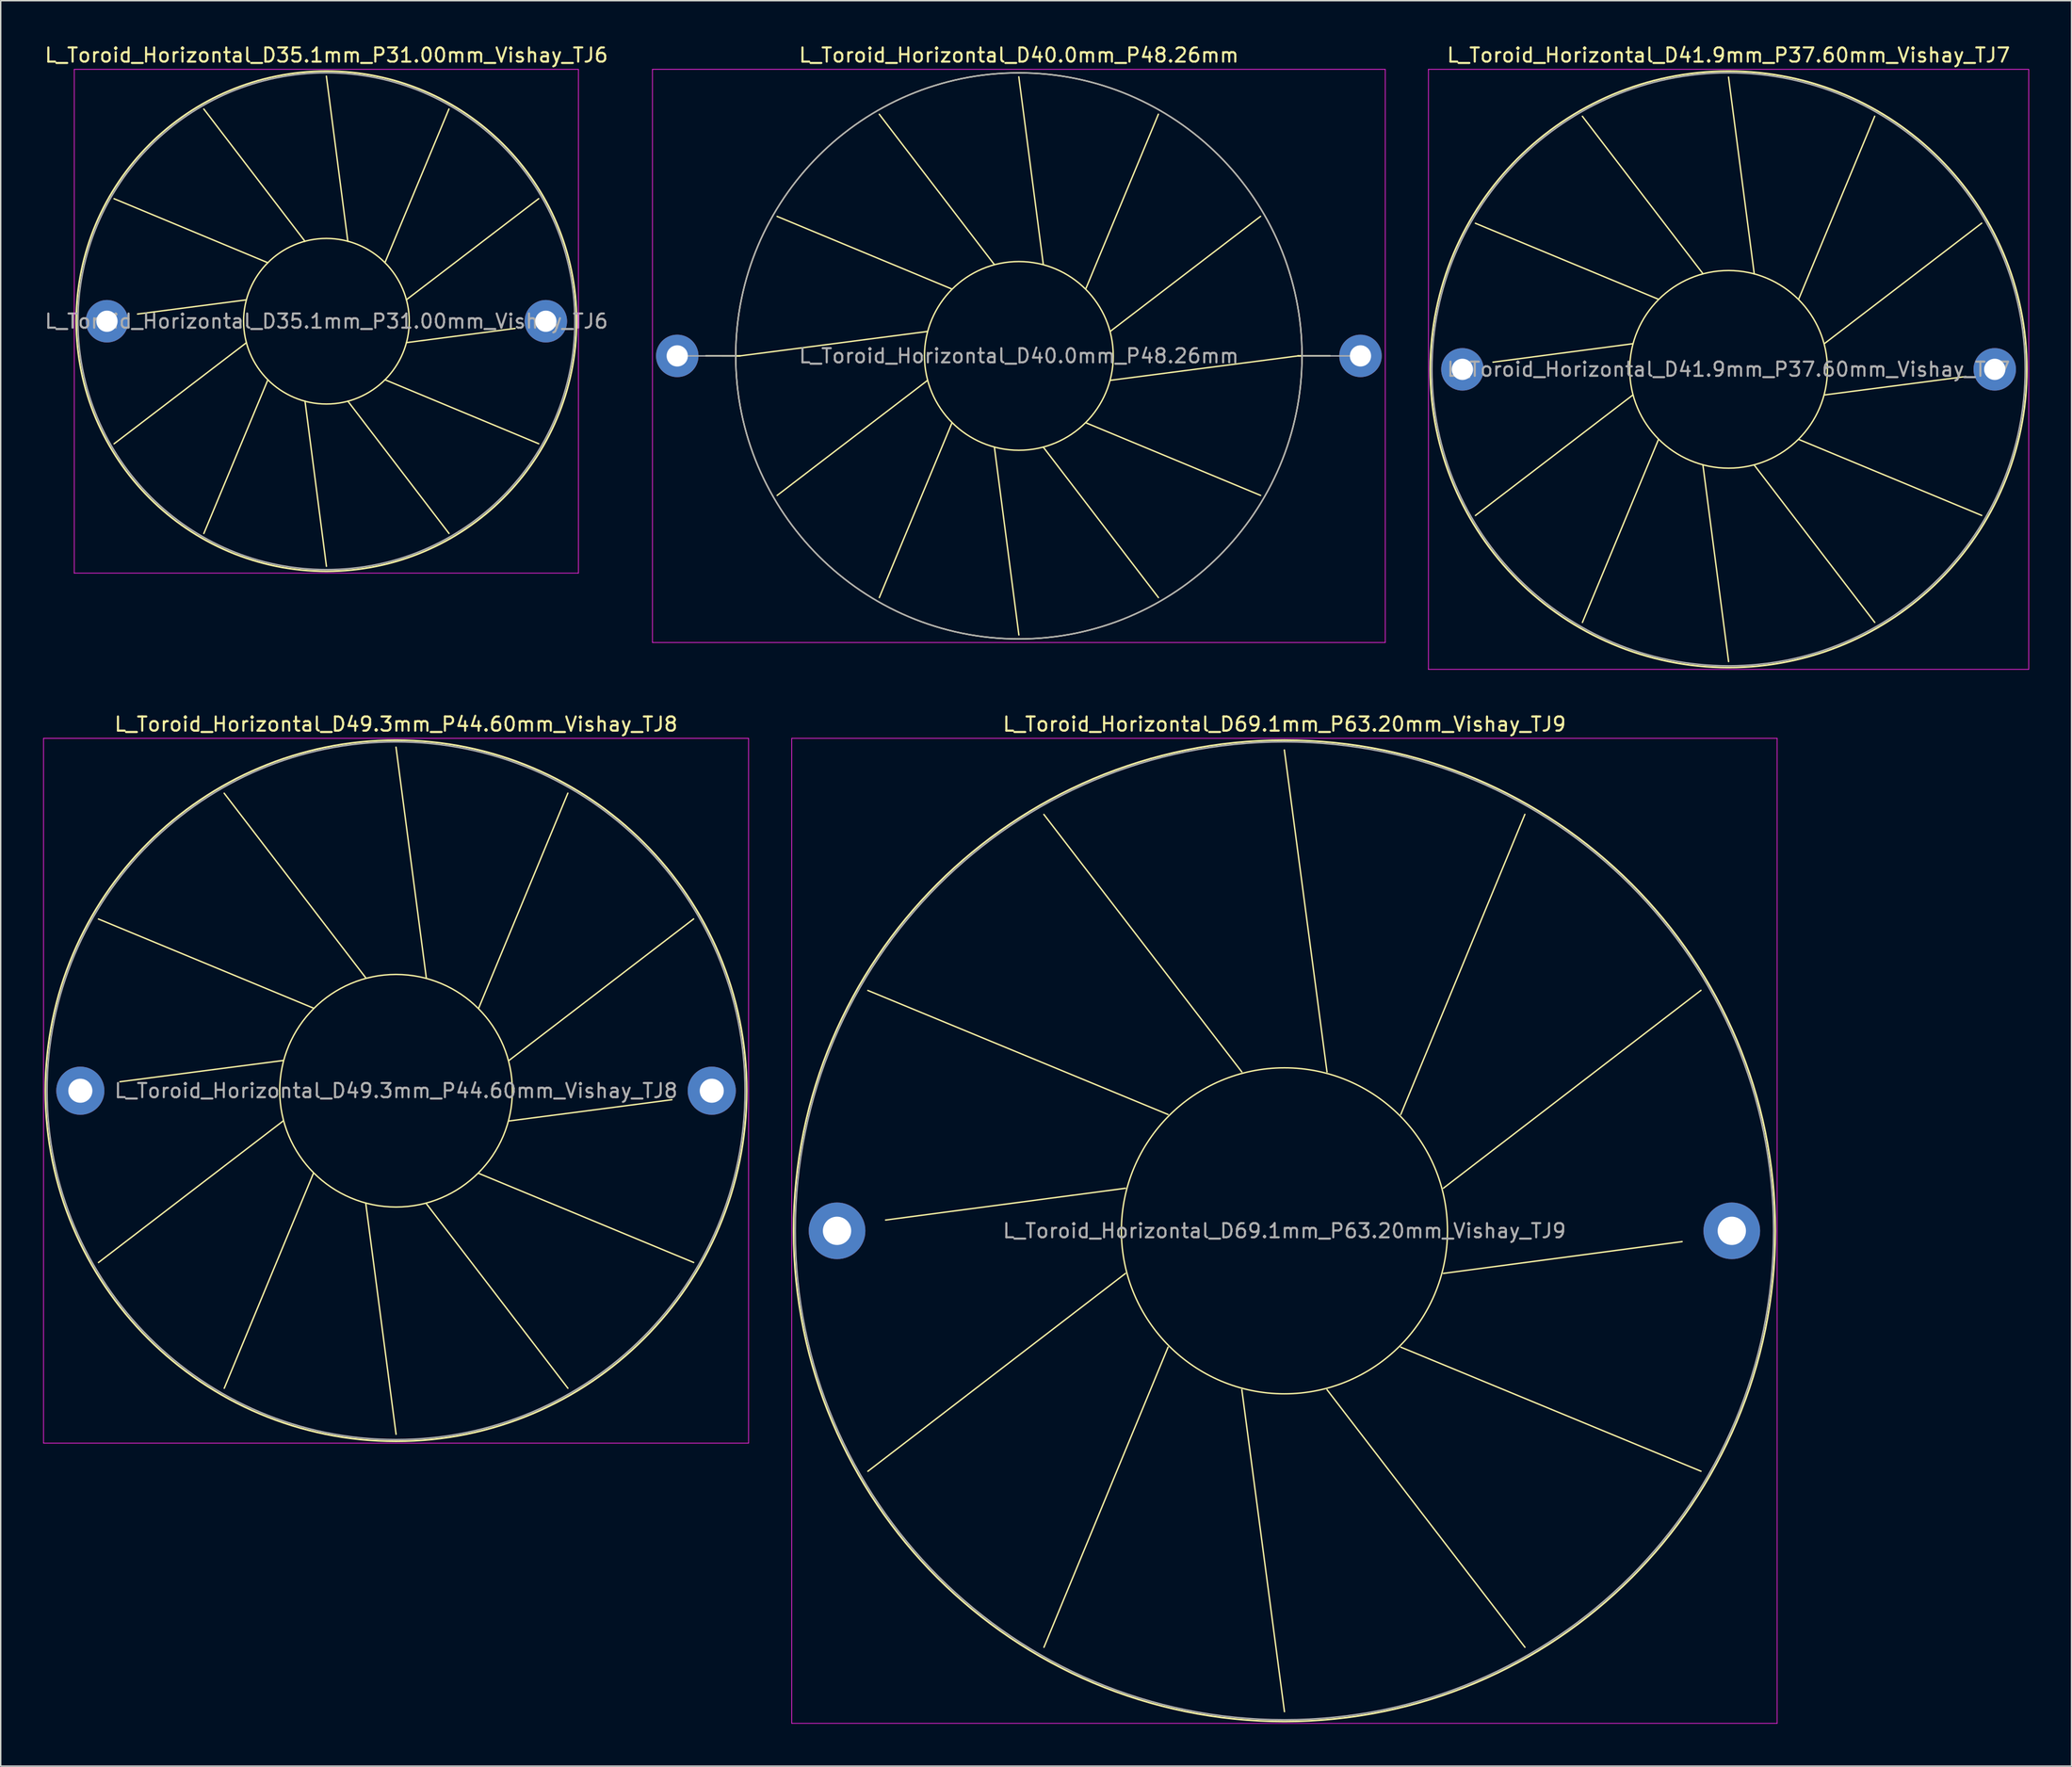
<source format=kicad_pcb>
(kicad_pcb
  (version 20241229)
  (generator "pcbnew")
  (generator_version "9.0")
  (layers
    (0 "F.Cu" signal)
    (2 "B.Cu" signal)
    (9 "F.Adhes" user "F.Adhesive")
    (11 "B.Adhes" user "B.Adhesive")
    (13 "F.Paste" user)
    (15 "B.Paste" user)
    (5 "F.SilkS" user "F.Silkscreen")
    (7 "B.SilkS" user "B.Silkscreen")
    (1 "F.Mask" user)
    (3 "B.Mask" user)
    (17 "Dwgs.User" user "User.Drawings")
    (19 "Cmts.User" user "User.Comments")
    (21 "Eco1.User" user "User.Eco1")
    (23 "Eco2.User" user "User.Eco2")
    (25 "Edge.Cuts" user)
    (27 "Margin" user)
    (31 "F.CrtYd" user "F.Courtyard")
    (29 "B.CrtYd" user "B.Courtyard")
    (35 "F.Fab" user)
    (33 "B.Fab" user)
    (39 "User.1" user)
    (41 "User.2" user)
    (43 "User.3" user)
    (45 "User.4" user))
  (footprint "L_Toroid_Horizontal_D69.1mm_P63.20mm_Vishay_TJ9"
    (layer "F.Cu")
    (at 56.075 83.921)
    (property "Reference" "L_Toroid_Horizontal_D69.1mm_P63.20mm_Vishay_TJ9" (at 31.6 -35.8 0) (layer "F.SilkS") (effects (font (size 1 1) (thickness 0.15))))
    (attr through_hole)
    (fp_line (start 2.174 -16.985) (end 23.379 -8.219) (stroke (width 0.1) (type solid)) (layer "F.SilkS"))
    (fp_line (start 2.177 16.991) (end 20.372 3.01) (stroke (width 0.1) (type solid)) (layer "F.SilkS"))
    (fp_line (start 3.429 -0.762) (end 20.371 -3.008) (stroke (width 0.1) (type solid)) (layer "F.SilkS"))
    (fp_line (start 14.608 -29.422) (end 28.59 -11.228) (stroke (width 0.1) (type solid)) (layer "F.SilkS"))
    (fp_line (start 14.614 29.426) (end 23.381 8.22) (stroke (width 0.1) (type solid)) (layer "F.SilkS"))
    (fp_line (start 31.595 -33.977) (end 34.607 -11.229) (stroke (width 0.1) (type solid)) (layer "F.SilkS"))
    (fp_line (start 31.602 33.977) (end 28.592 11.229) (stroke (width 0.1) (type solid)) (layer "F.SilkS"))
    (fp_line (start 48.584 -29.427) (end 39.819 -8.221) (stroke (width 0.1) (type solid)) (layer "F.SilkS"))
    (fp_line (start 48.589 29.424) (end 34.609 11.228) (stroke (width 0.1) (type solid)) (layer "F.SilkS"))
    (fp_line (start 59.69 0.762) (end 42.829 3.009) (stroke (width 0.1) (type solid)) (layer "F.SilkS"))
    (fp_line (start 61.022 -16.993) (end 42.828 -3.011) (stroke (width 0.1) (type solid)) (layer "F.SilkS"))
    (fp_line (start 61.025 16.988) (end 39.82 8.22) (stroke (width 0.1) (type solid)) (layer "F.SilkS"))
    (fp_circle (center 31.6 0) (end 43.117 0) (stroke (width 0.1) (type solid)) (fill no) (layer "F.SilkS"))
    (fp_circle (center 31.6 0) (end 66.27 0) (stroke (width 0.12) (type solid)) (fill no) (layer "F.SilkS"))
    (fp_line (start -3.2 -34.8) (end -3.2 34.8) (stroke (width 0.05) (type solid)) (layer "F.CrtYd"))
    (fp_line (start -3.2 34.8) (end 66.4 34.8) (stroke (width 0.05) (type solid)) (layer "F.CrtYd"))
    (fp_line (start 66.4 -34.8) (end -3.2 -34.8) (stroke (width 0.05) (type solid)) (layer "F.CrtYd"))
    (fp_line (start 66.4 34.8) (end 66.4 -34.8) (stroke (width 0.05) (type solid)) (layer "F.CrtYd"))
    (fp_circle (center 31.6 0) (end 66.15 0) (stroke (width 0.1) (type solid)) (fill no) (layer "F.Fab"))
    (fp_text user "${REFERENCE}" (at 31.6 0 0) (layer "F.Fab") (effects (font (size 1 1) (thickness 0.15))))
    (pad "1" thru_hole circle (at 0 0) (size 4 4) (drill 2) (layers "*.Cu" "*.Mask"))
    (pad "2" thru_hole circle (at 63.2 0) (size 4 4) (drill 2) (layers "*.Cu" "*.Mask")))
  (footprint "L_Toroid_Horizontal_D49.3mm_P44.60mm_Vishay_TJ8"
    (layer "F.Cu")
    (at 2.625 74.022)
    (property "Reference" "L_Toroid_Horizontal_D49.3mm_P44.60mm_Vishay_TJ8" (at 22.3 -25.9 0) (layer "F.SilkS") (effects (font (size 1 1) (thickness 0.15))))
    (attr through_hole)
    (fp_line (start 1.276 -12.135) (end 16.46 -5.839) (stroke (width 0.1) (type solid)) (layer "F.SilkS"))
    (fp_line (start 1.279 12.139) (end 14.323 2.138) (stroke (width 0.1) (type solid)) (layer "F.SilkS"))
    (fp_line (start 2.794 -0.635) (end 14.323 -2.137) (stroke (width 0.1) (type solid)) (layer "F.SilkS"))
    (fp_line (start 10.16 -21.021) (end 20.161 -7.977) (stroke (width 0.1) (type solid)) (layer "F.SilkS"))
    (fp_line (start 10.164 21.023) (end 16.461 5.84) (stroke (width 0.1) (type solid)) (layer "F.SilkS"))
    (fp_line (start 22.297 -24.275) (end 24.436 -7.978) (stroke (width 0.1) (type solid)) (layer "F.SilkS"))
    (fp_line (start 22.301 24.275) (end 20.163 7.977) (stroke (width 0.1) (type solid)) (layer "F.SilkS"))
    (fp_line (start 34.434 -21.024) (end 28.139 -5.841) (stroke (width 0.1) (type solid)) (layer "F.SilkS"))
    (fp_line (start 34.438 21.022) (end 24.438 7.977) (stroke (width 0.1) (type solid)) (layer "F.SilkS"))
    (fp_line (start 41.783 0.635) (end 30.277 2.137) (stroke (width 0.1) (type solid)) (layer "F.SilkS"))
    (fp_line (start 43.32 -12.141) (end 30.277 -2.139) (stroke (width 0.1) (type solid)) (layer "F.SilkS"))
    (fp_line (start 43.323 12.137) (end 28.14 5.84) (stroke (width 0.1) (type solid)) (layer "F.SilkS"))
    (fp_circle (center 22.3 0) (end 30.517 0) (stroke (width 0.1) (type solid)) (fill no) (layer "F.SilkS"))
    (fp_circle (center 22.3 0) (end 47.07 0) (stroke (width 0.12) (type solid)) (fill no) (layer "F.SilkS"))
    (fp_line (start -2.6 -24.9) (end -2.6 24.9) (stroke (width 0.05) (type solid)) (layer "F.CrtYd"))
    (fp_line (start -2.6 24.9) (end 47.2 24.9) (stroke (width 0.05) (type solid)) (layer "F.CrtYd"))
    (fp_line (start 47.2 -24.9) (end -2.6 -24.9) (stroke (width 0.05) (type solid)) (layer "F.CrtYd"))
    (fp_line (start 47.2 24.9) (end 47.2 -24.9) (stroke (width 0.05) (type solid)) (layer "F.CrtYd"))
    (fp_circle (center 22.3 0) (end 46.95 0) (stroke (width 0.1) (type solid)) (fill no) (layer "F.Fab"))
    (fp_text user "${REFERENCE}" (at 22.3 0 0) (layer "F.Fab") (effects (font (size 1 1) (thickness 0.15))))
    (pad "1" thru_hole circle (at 0 0) (size 3.4 3.4) (drill 1.7) (layers "*.Cu" "*.Mask"))
    (pad "2" thru_hole circle (at 44.6 0) (size 3.4 3.4) (drill 1.7) (layers "*.Cu" "*.Mask")))
  (footprint "L_Toroid_Horizontal_D40.0mm_P48.26mm"
    (layer "F.Cu")
    (at 44.787 22.098)
    (property "Reference" "L_Toroid_Horizontal_D40.0mm_P48.26mm" (at 24.13 -21.25 0) (layer "F.SilkS") (effects (font (size 1 1) (thickness 0.15))))
    (attr through_hole)
    (fp_line (start 4.412 0.002) (end 2.032 0) (stroke (width 0.12) (type solid)) (layer "F.SilkS"))
    (fp_line (start 4.412 0.002) (end 17.68 -1.728) (stroke (width 0.1) (type solid)) (layer "F.SilkS"))
    (fp_line (start 7.053 -9.857) (end 19.408 -4.721) (stroke (width 0.1) (type solid)) (layer "F.SilkS"))
    (fp_line (start 7.055 9.86) (end 17.68 1.729) (stroke (width 0.1) (type solid)) (layer "F.SilkS"))
    (fp_line (start 14.269 -17.075) (end 22.401 -6.45) (stroke (width 0.1) (type solid)) (layer "F.SilkS"))
    (fp_line (start 14.272 17.077) (end 19.409 4.722) (stroke (width 0.1) (type solid)) (layer "F.SilkS"))
    (fp_line (start 24.127 -19.718) (end 25.857 -6.45) (stroke (width 0.1) (type solid)) (layer "F.SilkS"))
    (fp_line (start 24.131 19.718) (end 22.402 6.45) (stroke (width 0.1) (type solid)) (layer "F.SilkS"))
    (fp_line (start 33.986 -17.077) (end 28.851 -4.723) (stroke (width 0.1) (type solid)) (layer "F.SilkS"))
    (fp_line (start 33.989 17.076) (end 25.859 6.45) (stroke (width 0.1) (type solid)) (layer "F.SilkS"))
    (fp_line (start 41.204 -9.862) (end 30.58 -1.729) (stroke (width 0.1) (type solid)) (layer "F.SilkS"))
    (fp_line (start 41.206 9.859) (end 28.852 4.722) (stroke (width 0.1) (type solid)) (layer "F.SilkS"))
    (fp_line (start 43.848 0) (end 30.58 1.728) (stroke (width 0.1) (type solid)) (layer "F.SilkS"))
    (fp_line (start 43.848 0) (end 46.101 0) (stroke (width 0.12) (type solid)) (layer "F.SilkS"))
    (fp_circle (center 24.13 0) (end 30.797 0) (stroke (width 0.1) (type solid)) (fill no) (layer "F.SilkS"))
    (fp_circle (center 24.13 0) (end 44.13 0) (stroke (width 0.1) (type solid)) (fill no) (layer "F.SilkS"))
    (fp_line (start -1.75 -20.25) (end -1.75 20.25) (stroke (width 0.05) (type solid)) (layer "F.CrtYd"))
    (fp_line (start -1.75 20.25) (end 50.01 20.25) (stroke (width 0.05) (type solid)) (layer "F.CrtYd"))
    (fp_line (start 50.01 -20.25) (end -1.75 -20.25) (stroke (width 0.05) (type solid)) (layer "F.CrtYd"))
    (fp_line (start 50.01 20.25) (end 50.01 -20.25) (stroke (width 0.05) (type solid)) (layer "F.CrtYd"))
    (fp_line (start 0 0) (end 4.13 0) (stroke (width 0.1) (type solid)) (layer "F.Fab"))
    (fp_line (start 48.3 0) (end 44.13 0) (stroke (width 0.1) (type solid)) (layer "F.Fab"))
    (fp_circle (center 24.13 0) (end 44.13 0) (stroke (width 0.1) (type solid)) (fill no) (layer "F.Fab"))
    (fp_text user "${REFERENCE}" (at 24.13 0 0) (layer "F.Fab") (effects (font (size 1 1) (thickness 0.15))))
    (pad "1" thru_hole circle (at 0 0) (size 3 3) (drill 1.5) (layers "*.Cu" "*.Mask"))
    (pad "2" thru_hole circle (at 48.26 0) (size 3 3) (drill 1.5) (layers "*.Cu" "*.Mask")))
  (footprint "L_Toroid_Horizontal_D41.9mm_P37.60mm_Vishay_TJ7"
    (layer "F.Cu")
    (at 100.247 23.048)
    (property "Reference" "L_Toroid_Horizontal_D41.9mm_P37.60mm_Vishay_TJ7" (at 18.8 -22.2 0) (layer "F.SilkS") (effects (font (size 1 1) (thickness 0.15))))
    (attr through_hole)
    (fp_line (start 0.917 -10.322) (end 13.849 -4.95) (stroke (width 0.1) (type solid)) (layer "F.SilkS"))
    (fp_line (start 0.919 10.326) (end 12.038 1.812) (stroke (width 0.1) (type solid)) (layer "F.SilkS"))
    (fp_line (start 2.159 -0.508) (end 12.038 -1.811) (stroke (width 0.1) (type solid)) (layer "F.SilkS"))
    (fp_line (start 8.473 -17.881) (end 16.987 -6.762) (stroke (width 0.1) (type solid)) (layer "F.SilkS"))
    (fp_line (start 8.477 17.883) (end 13.85 4.951) (stroke (width 0.1) (type solid)) (layer "F.SilkS"))
    (fp_line (start 18.797 -20.649) (end 20.611 -6.762) (stroke (width 0.1) (type solid)) (layer "F.SilkS"))
    (fp_line (start 18.801 20.649) (end 16.988 6.762) (stroke (width 0.1) (type solid)) (layer "F.SilkS"))
    (fp_line (start 29.122 -17.884) (end 23.749 -4.951) (stroke (width 0.1) (type solid)) (layer "F.SilkS"))
    (fp_line (start 29.125 17.882) (end 20.612 6.762) (stroke (width 0.1) (type solid)) (layer "F.SilkS"))
    (fp_line (start 35.56 0.508) (end 25.562 1.811) (stroke (width 0.1) (type solid)) (layer "F.SilkS"))
    (fp_line (start 36.68 -10.327) (end 25.562 -1.813) (stroke (width 0.1) (type solid)) (layer "F.SilkS"))
    (fp_line (start 36.682 10.324) (end 23.75 4.95) (stroke (width 0.1) (type solid)) (layer "F.SilkS"))
    (fp_circle (center 18.8 0) (end 25.783 0) (stroke (width 0.1) (type solid)) (fill no) (layer "F.SilkS"))
    (fp_circle (center 18.8 0) (end 39.87 0) (stroke (width 0.12) (type solid)) (fill no) (layer "F.SilkS"))
    (fp_line (start -2.4 -21.2) (end -2.4 21.2) (stroke (width 0.05) (type solid)) (layer "F.CrtYd"))
    (fp_line (start -2.4 21.2) (end 40 21.2) (stroke (width 0.05) (type solid)) (layer "F.CrtYd"))
    (fp_line (start 40 -21.2) (end -2.4 -21.2) (stroke (width 0.05) (type solid)) (layer "F.CrtYd"))
    (fp_line (start 40 21.2) (end 40 -21.2) (stroke (width 0.05) (type solid)) (layer "F.CrtYd"))
    (fp_circle (center 18.8 0) (end 39.75 0) (stroke (width 0.1) (type solid)) (fill no) (layer "F.Fab"))
    (fp_text user "${REFERENCE}" (at 18.8 0 0) (layer "F.Fab") (effects (font (size 1 1) (thickness 0.15))))
    (pad "1" thru_hole circle (at 0 0) (size 3 3) (drill 1.5) (layers "*.Cu" "*.Mask"))
    (pad "2" thru_hole circle (at 37.6 0) (size 3 3) (drill 1.5) (layers "*.Cu" "*.Mask")))
  (footprint "L_Toroid_Horizontal_D35.1mm_P31.00mm_Vishay_TJ6"
    (layer "F.Cu")
    (at 4.506 19.648)
    (property "Reference" "L_Toroid_Horizontal_D35.1mm_P31.00mm_Vishay_TJ6" (at 15.5 -18.8 0) (layer "F.SilkS") (effects (font (size 1 1) (thickness 0.15))))
    (attr through_hole)
    (fp_line (start 0.502 -8.657) (end 11.367 -4.132) (stroke (width 0.1) (type solid)) (layer "F.SilkS"))
    (fp_line (start 0.504 8.659) (end 9.855 1.513) (stroke (width 0.1) (type solid)) (layer "F.SilkS"))
    (fp_line (start 2.159 -0.508) (end 9.854 -1.512) (stroke (width 0.1) (type solid)) (layer "F.SilkS"))
    (fp_line (start 6.84 -14.996) (end 13.987 -5.645) (stroke (width 0.1) (type solid)) (layer "F.SilkS"))
    (fp_line (start 6.843 14.997) (end 11.368 4.133) (stroke (width 0.1) (type solid)) (layer "F.SilkS"))
    (fp_line (start 15.498 -17.317) (end 17.012 -5.646) (stroke (width 0.1) (type solid)) (layer "F.SilkS"))
    (fp_line (start 15.501 17.317) (end 13.988 5.646) (stroke (width 0.1) (type solid)) (layer "F.SilkS"))
    (fp_line (start 24.156 -14.998) (end 19.632 -4.133) (stroke (width 0.1) (type solid)) (layer "F.SilkS"))
    (fp_line (start 24.159 14.996) (end 17.013 5.645) (stroke (width 0.1) (type solid)) (layer "F.SilkS"))
    (fp_line (start 28.829 0.508) (end 21.145 1.513) (stroke (width 0.1) (type solid)) (layer "F.SilkS"))
    (fp_line (start 30.495 -8.661) (end 21.145 -1.514) (stroke (width 0.1) (type solid)) (layer "F.SilkS"))
    (fp_line (start 30.497 8.658) (end 19.633 4.133) (stroke (width 0.1) (type solid)) (layer "F.SilkS"))
    (fp_circle (center 15.5 0) (end 21.35 0) (stroke (width 0.1) (type solid)) (fill no) (layer "F.SilkS"))
    (fp_circle (center 15.5 0) (end 33.17 0) (stroke (width 0.12) (type solid)) (fill no) (layer "F.SilkS"))
    (fp_line (start -2.31 -17.8) (end -2.31 17.8) (stroke (width 0.05) (type solid)) (layer "F.CrtYd"))
    (fp_line (start -2.31 17.8) (end 33.3 17.8) (stroke (width 0.05) (type solid)) (layer "F.CrtYd"))
    (fp_line (start 33.3 -17.8) (end -2.31 -17.8) (stroke (width 0.05) (type solid)) (layer "F.CrtYd"))
    (fp_line (start 33.3 17.8) (end 33.3 -17.8) (stroke (width 0.05) (type solid)) (layer "F.CrtYd"))
    (fp_circle (center 15.5 0) (end 33.05 0) (stroke (width 0.1) (type solid)) (fill no) (layer "F.Fab"))
    (fp_text user "${REFERENCE}" (at 15.5 0 0) (layer "F.Fab") (effects (font (size 1 1) (thickness 0.15))))
    (pad "1" thru_hole circle (at 0 0) (size 3 3) (drill 1.5) (layers "*.Cu" "*.Mask"))
    (pad "2" thru_hole circle (at 31 0) (size 3 3) (drill 1.5) (layers "*.Cu" "*.Mask")))
  (gr_rect
    (start -3 -3)
    (end 143.272 121.746)
    (stroke (width 0.1) (type default))
    (fill no)
    (layer "Edge.Cuts")))
</source>
